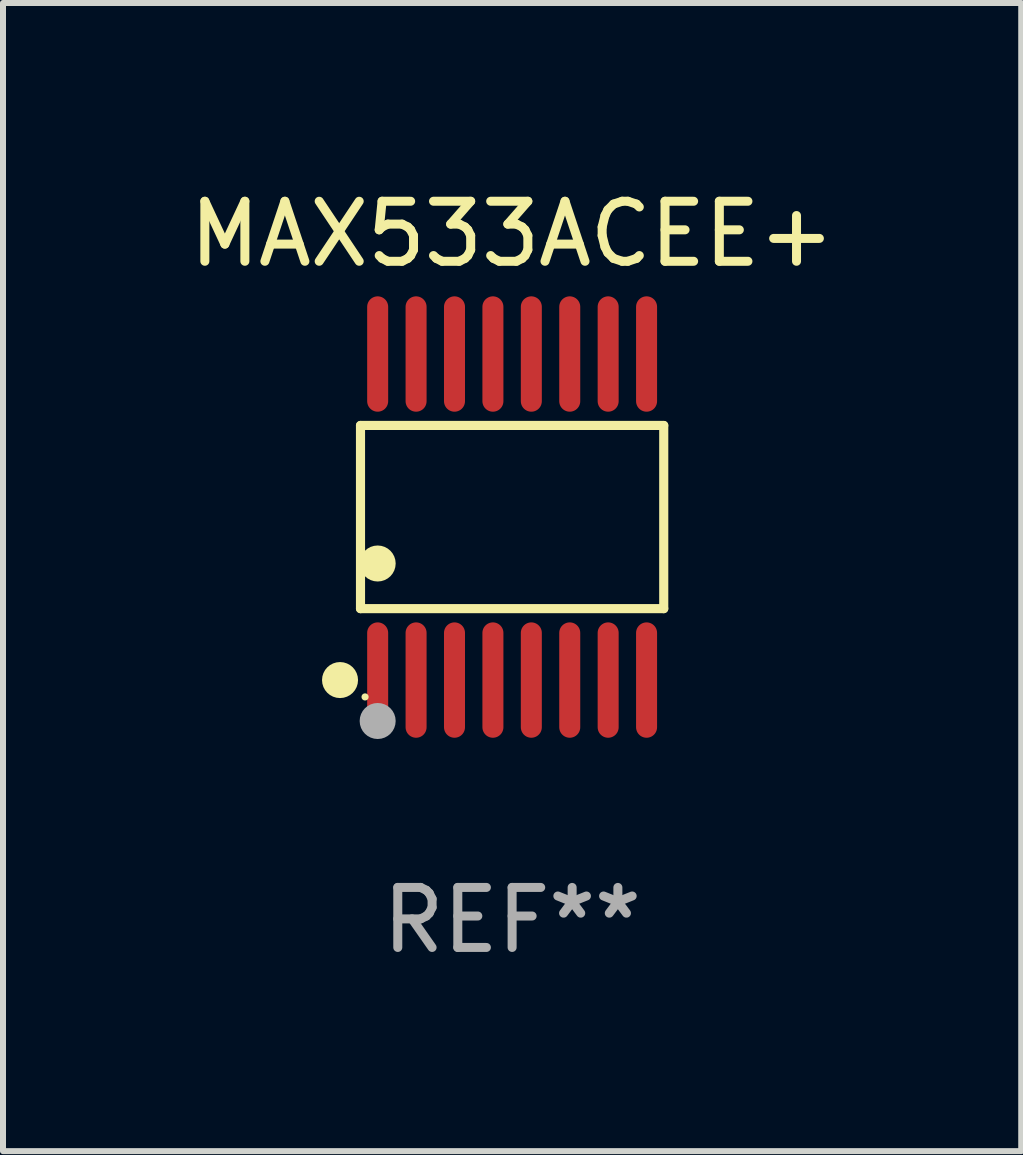
<source format=kicad_pcb>
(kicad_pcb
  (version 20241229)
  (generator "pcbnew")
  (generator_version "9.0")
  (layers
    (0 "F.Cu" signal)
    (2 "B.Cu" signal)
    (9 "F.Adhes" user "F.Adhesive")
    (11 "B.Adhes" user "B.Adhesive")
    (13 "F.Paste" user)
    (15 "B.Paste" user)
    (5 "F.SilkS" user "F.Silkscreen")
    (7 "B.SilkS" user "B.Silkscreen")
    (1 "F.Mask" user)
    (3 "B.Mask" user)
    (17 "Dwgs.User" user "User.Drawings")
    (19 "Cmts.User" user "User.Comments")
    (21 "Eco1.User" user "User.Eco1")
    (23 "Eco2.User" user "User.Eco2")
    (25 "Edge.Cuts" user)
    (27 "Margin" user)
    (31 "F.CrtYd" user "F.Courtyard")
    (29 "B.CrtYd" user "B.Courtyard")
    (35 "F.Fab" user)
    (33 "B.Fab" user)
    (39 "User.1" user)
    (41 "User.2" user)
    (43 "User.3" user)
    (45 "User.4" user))
  (footprint "MAX533ACEE+"
    (layer "F.Cu")
    (at 5.482 5.564)
    (property "Reference" "MAX533ACEE+" (at 0 -4.716 0) (layer "F.SilkS") (effects (font (size 1 1) (thickness 0.15))))
    (attr through_hole)
    (fp_line (start -2.526 -1.526) (end 2.526 -1.526) (stroke (width 0.152) (type solid)) (layer "F.SilkS"))
    (fp_line (start -2.526 1.526) (end -2.526 -1.526) (stroke (width 0.152) (type solid)) (layer "F.SilkS"))
    (fp_line (start 2.526 -1.526) (end 2.526 1.526) (stroke (width 0.152) (type solid)) (layer "F.SilkS"))
    (fp_line (start 2.526 1.526) (end -2.526 1.526) (stroke (width 0.152) (type solid)) (layer "F.SilkS"))
    (fp_circle (center -2.867 2.716) (end -2.717 2.716) (stroke (width 0.3) (type solid)) (fill no) (layer "F.SilkS"))
    (fp_circle (center -2.45 2.997) (end -2.42 2.997) (stroke (width 0.06) (type solid)) (fill no) (layer "F.SilkS"))
    (fp_circle (center -2.24 0.774) (end -2.09 0.774) (stroke (width 0.3) (type solid)) (fill no) (layer "F.SilkS"))
    (fp_circle (center -2.24 3.398) (end -2.09 3.398) (stroke (width 0.3) (type solid)) (fill no) (layer "F.Fab"))
    (fp_text user "REF**" (at 0 6.716 0) (layer "F.Fab") (effects (font (size 1 1) (thickness 0.15))))
    (pad "1" smd oval (at -2.24 2.716) (size 0.35 1.922) (layers "F.Cu" "F.Mask" "F.Paste"))
    (pad "2" smd oval (at -1.6 2.716) (size 0.35 1.922) (layers "F.Cu" "F.Mask" "F.Paste"))
    (pad "3" smd oval (at -0.96 2.716) (size 0.35 1.922) (layers "F.Cu" "F.Mask" "F.Paste"))
    (pad "4" smd oval (at -0.32 2.716) (size 0.35 1.922) (layers "F.Cu" "F.Mask" "F.Paste"))
    (pad "5" smd oval (at 0.32 2.716) (size 0.35 1.922) (layers "F.Cu" "F.Mask" "F.Paste"))
    (pad "6" smd oval (at 0.96 2.716) (size 0.35 1.922) (layers "F.Cu" "F.Mask" "F.Paste"))
    (pad "7" smd oval (at 1.6 2.716) (size 0.35 1.922) (layers "F.Cu" "F.Mask" "F.Paste"))
    (pad "8" smd oval (at 2.24 2.716) (size 0.35 1.922) (layers "F.Cu" "F.Mask" "F.Paste"))
    (pad "9" smd oval (at 2.24 -2.716) (size 0.35 1.922) (layers "F.Cu" "F.Mask" "F.Paste"))
    (pad "10" smd oval (at 1.6 -2.716) (size 0.35 1.922) (layers "F.Cu" "F.Mask" "F.Paste"))
    (pad "11" smd oval (at 0.96 -2.716) (size 0.35 1.922) (layers "F.Cu" "F.Mask" "F.Paste"))
    (pad "12" smd oval (at 0.32 -2.716) (size 0.35 1.922) (layers "F.Cu" "F.Mask" "F.Paste"))
    (pad "13" smd oval (at -0.32 -2.716) (size 0.35 1.922) (layers "F.Cu" "F.Mask" "F.Paste"))
    (pad "14" smd oval (at -0.96 -2.716) (size 0.35 1.922) (layers "F.Cu" "F.Mask" "F.Paste"))
    (pad "15" smd oval (at -1.6 -2.716) (size 0.35 1.922) (layers "F.Cu" "F.Mask" "F.Paste"))
    (pad "16" smd oval (at -2.24 -2.716) (size 0.35 1.922) (layers "F.Cu" "F.Mask" "F.Paste")))
  (gr_rect
    (start -3 -3)
    (end 13.964 16.128)
    (stroke (width 0.1) (type default))
    (fill no)
    (layer "Edge.Cuts")))
</source>
